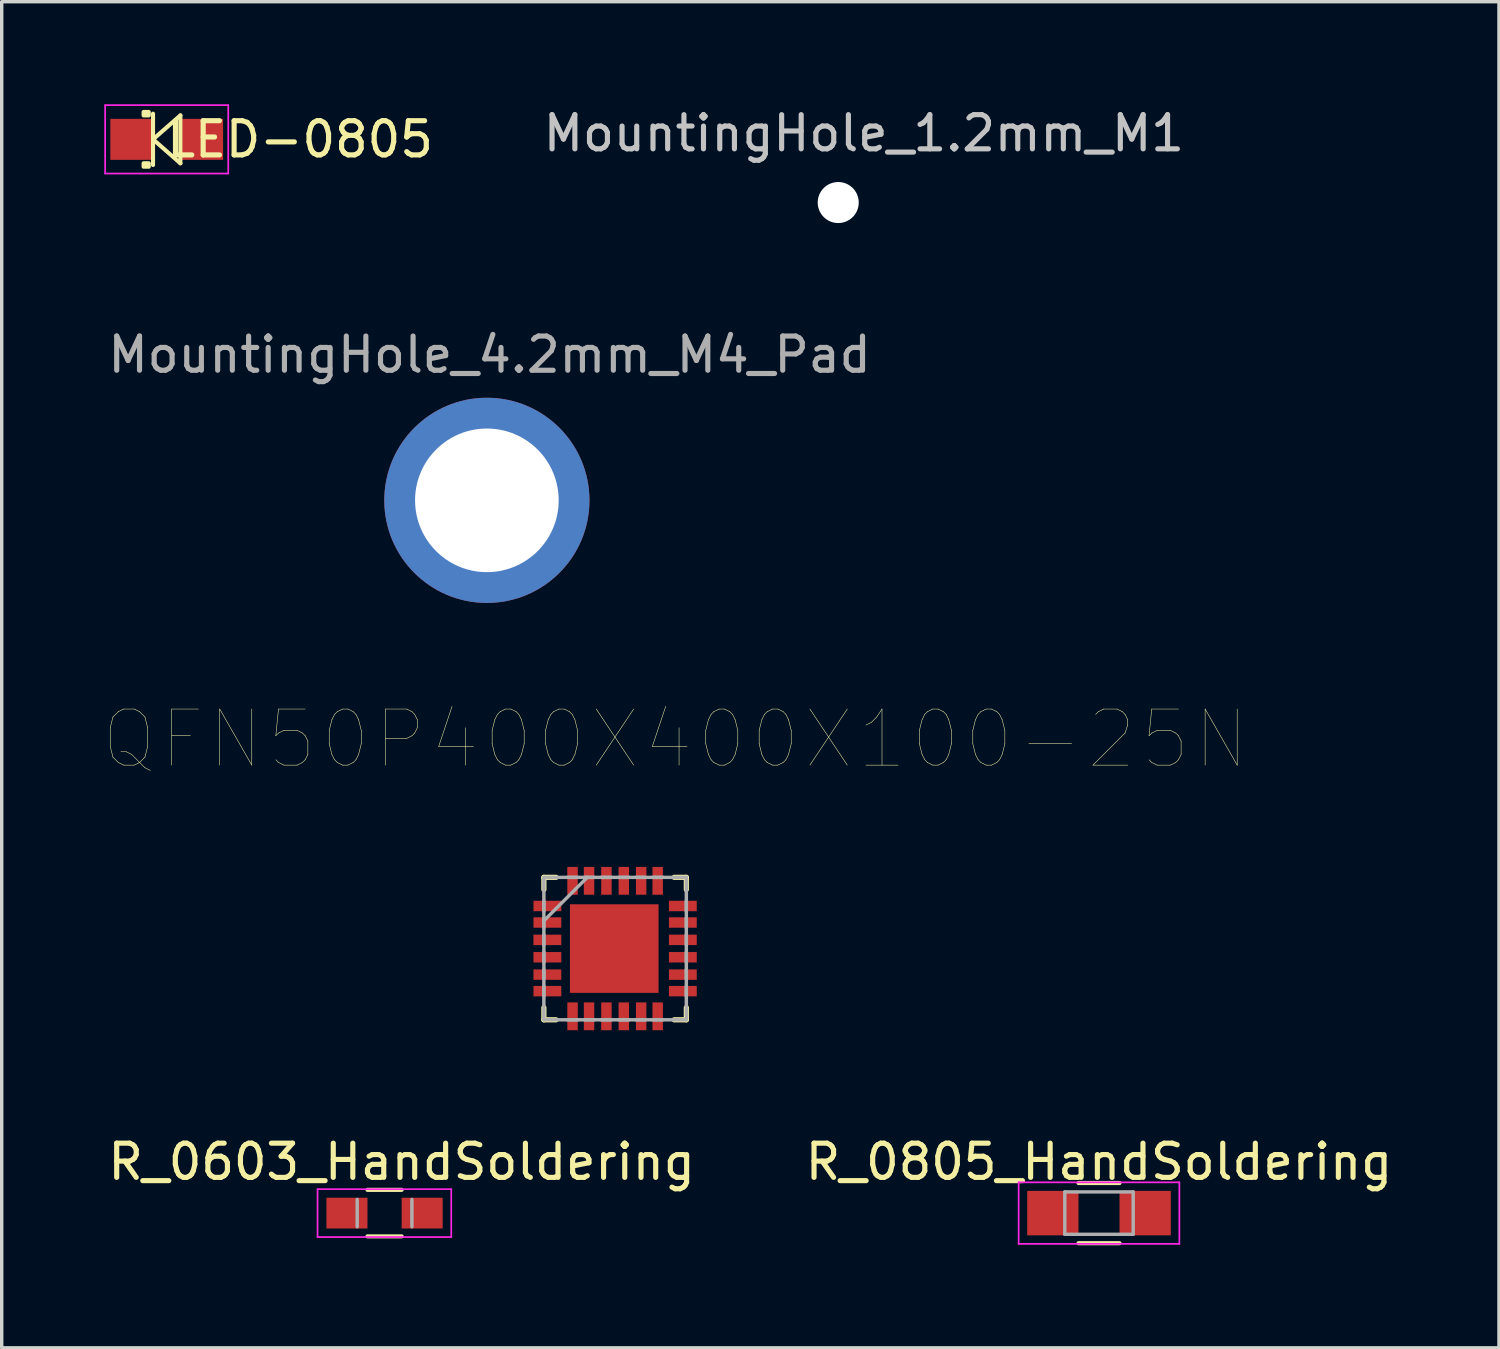
<source format=kicad_pcb>
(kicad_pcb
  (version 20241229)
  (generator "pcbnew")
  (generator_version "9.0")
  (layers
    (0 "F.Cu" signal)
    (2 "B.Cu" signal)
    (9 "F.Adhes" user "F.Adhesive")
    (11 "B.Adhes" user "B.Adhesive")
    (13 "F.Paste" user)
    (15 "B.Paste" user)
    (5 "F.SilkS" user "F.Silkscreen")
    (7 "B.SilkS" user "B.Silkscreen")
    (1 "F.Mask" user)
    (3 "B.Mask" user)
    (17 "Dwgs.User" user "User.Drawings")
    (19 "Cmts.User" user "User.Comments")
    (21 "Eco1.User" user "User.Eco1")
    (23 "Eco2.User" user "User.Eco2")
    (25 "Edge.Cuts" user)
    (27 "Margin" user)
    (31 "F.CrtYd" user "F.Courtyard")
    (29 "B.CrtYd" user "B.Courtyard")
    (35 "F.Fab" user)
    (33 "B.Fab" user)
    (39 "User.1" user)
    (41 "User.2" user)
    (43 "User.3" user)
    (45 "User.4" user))
  (footprint "LED-0805"
    (layer "F.Cu")
    (at 1.825 1.025)
    (property "Reference" "LED-0805" (at 3.9 0 0) (layer "F.SilkS") (effects (font (size 1 1) (thickness 0.15))))
    (attr smd)
    (fp_line (start -0.4 -0.75) (end -0.4 0.75) (stroke (width 0.12) (type solid)) (layer "F.SilkS"))
    (fp_line (start -0.4 0) (end 0.4 -0.7) (stroke (width 0.12) (type solid)) (layer "F.SilkS"))
    (fp_line (start 0.4 -0.7) (end 0.4 0.7) (stroke (width 0.12) (type solid)) (layer "F.SilkS"))
    (fp_line (start 0.4 0.7) (end -0.4 0) (stroke (width 0.12) (type solid)) (layer "F.SilkS"))
    (fp_rect (start -0.525 -0.7) (end -0.675 -0.8) (stroke (width 0.12) (type solid)) (fill no) (layer "F.SilkS"))
    (fp_rect (start -0.525 0.8) (end -0.675 0.7) (stroke (width 0.12) (type solid)) (fill no) (layer "F.SilkS"))
    (fp_line (start -1.8 -1) (end -1.8 1) (stroke (width 0.05) (type solid)) (layer "F.CrtYd"))
    (fp_line (start -1.8 1) (end 1.8 1) (stroke (width 0.05) (type solid)) (layer "F.CrtYd"))
    (fp_line (start 1.8 -1) (end -1.8 -1) (stroke (width 0.05) (type solid)) (layer "F.CrtYd"))
    (fp_line (start 1.8 1) (end 1.8 -1) (stroke (width 0.05) (type solid)) (layer "F.CrtYd"))
    (pad "1" smd rect (at -1.049 0) (size 1.199 1.199) (layers "F.Cu" "F.Mask" "F.Paste"))
    (pad "2" smd rect (at 1.049 0) (size 1.199 1.199) (layers "F.Cu" "F.Mask" "F.Paste")))
  (footprint "R_0805_HandSoldering"
    (layer "F.Cu")
    (at 29.089 32.426)
    (property "Reference" "R_0805_HandSoldering" (at 0 -1.5 0) (layer "F.SilkS") (effects (font (size 1 1) (thickness 0.15))))
    (attr smd)
    (fp_line (start -0.6 -0.88) (end 0.6 -0.88) (stroke (width 0.12) (type solid)) (layer "F.SilkS"))
    (fp_line (start 0.6 0.88) (end -0.6 0.88) (stroke (width 0.12) (type solid)) (layer "F.SilkS"))
    (fp_line (start -2.35 -0.9) (end -2.35 0.9) (stroke (width 0.05) (type solid)) (layer "F.CrtYd"))
    (fp_line (start -2.35 -0.9) (end 2.35 -0.9) (stroke (width 0.05) (type solid)) (layer "F.CrtYd"))
    (fp_line (start 2.35 0.9) (end -2.35 0.9) (stroke (width 0.05) (type solid)) (layer "F.CrtYd"))
    (fp_line (start 2.35 0.9) (end 2.35 -0.9) (stroke (width 0.05) (type solid)) (layer "F.CrtYd"))
    (fp_line (start -1 -0.62) (end 1 -0.62) (stroke (width 0.1) (type solid)) (layer "F.Fab"))
    (fp_line (start -1 0.62) (end -1 -0.62) (stroke (width 0.1) (type solid)) (layer "F.Fab"))
    (fp_line (start 1 -0.62) (end 1 0.62) (stroke (width 0.1) (type solid)) (layer "F.Fab"))
    (fp_line (start 1 0.62) (end -1 0.62) (stroke (width 0.1) (type solid)) (layer "F.Fab"))
    (pad "1" smd rect (at -1.35 0) (size 1.5 1.3) (layers "F.Cu" "F.Mask" "F.Paste"))
    (pad "2" smd rect (at 1.35 0) (size 1.5 1.3) (layers "F.Cu" "F.Mask" "F.Paste")))
  (footprint "R_0603_HandSoldering"
    (layer "F.Cu")
    (at 8.196 32.426)
    (property "Reference" "R_0603_HandSoldering" (at 0.5 -1.5 0) (layer "F.SilkS") (effects (font (size 1 1) (thickness 0.15))))
    (attr smd)
    (fp_line (start -0.5 -0.68) (end 0.5 -0.68) (stroke (width 0.12) (type solid)) (layer "F.SilkS"))
    (fp_line (start 0.5 0.68) (end -0.5 0.68) (stroke (width 0.12) (type solid)) (layer "F.SilkS"))
    (fp_line (start -1.96 -0.7) (end -1.96 0.7) (stroke (width 0.05) (type solid)) (layer "F.CrtYd"))
    (fp_line (start -1.96 -0.7) (end 1.95 -0.7) (stroke (width 0.05) (type solid)) (layer "F.CrtYd"))
    (fp_line (start 1.95 0.7) (end -1.96 0.7) (stroke (width 0.05) (type solid)) (layer "F.CrtYd"))
    (fp_line (start 1.95 0.7) (end 1.95 -0.7) (stroke (width 0.05) (type solid)) (layer "F.CrtYd"))
    (fp_line (start -0.8 0.4) (end -0.8 -0.4) (stroke (width 0.1) (type solid)) (layer "F.Fab"))
    (fp_line (start 0.8 -0.4) (end 0.8 0.4) (stroke (width 0.1) (type solid)) (layer "F.Fab"))
    (pad "1" smd rect (at -1.1 0) (size 1.2 0.9) (layers "F.Cu" "F.Mask" "F.Paste"))
    (pad "2" smd rect (at 1.1 0) (size 1.2 0.9) (layers "F.Cu" "F.Mask" "F.Paste")))
  (footprint "MountingHole_1.2mm_M1"
    (layer "F.Cu")
    (at 21.463 2.873)
    (property "Reference" "MountingHole_1.2mm_M1" (at 0.75 -2.025 0) (layer "Dwgs.User") (effects (font (size 1 1) (thickness 0.15))))
    (attr through_hole)
    (pad "" np_thru_hole circle (at 0 0) (size 1.2 1.2) (drill 1.2) (layers "*.Cu" "*.Mask")))
  (footprint "MountingHole_4.2mm_M4_Pad"
    (layer "F.Cu")
    (at 11.208 11.552)
    (property "Reference" "MountingHole_4.2mm_M4_Pad" (at 0.06 -4.23 0) (layer "F.Fab") (effects (font (size 1 1) (thickness 0.15))))
    (attr through_hole)
    (pad "1" thru_hole circle (at -0.02 0.03) (size 6 6) (drill 4.2) (layers "*.Cu" "*.Mask")))
  (footprint "QFN50P400X400X100-25N"
    (layer "F.Cu")
    (at 14.938 24.69)
    (property "Reference" "QFN50P400X400X100-25N" (at 1.753 -6.123 0) (layer "F.SilkS") (effects (font (size 1.64 1.64) (thickness 0.015))))
    (attr through_hole)
    (fp_line (start -2.083 -2.083) (end -2.083 -1.727) (stroke (width 0.152) (type solid)) (layer "F.SilkS"))
    (fp_line (start -2.083 1.727) (end -2.083 2.083) (stroke (width 0.152) (type solid)) (layer "F.SilkS"))
    (fp_line (start -2.083 2.083) (end -1.727 2.083) (stroke (width 0.152) (type solid)) (layer "F.SilkS"))
    (fp_line (start -1.727 -2.083) (end -2.083 -2.083) (stroke (width 0.152) (type solid)) (layer "F.SilkS"))
    (fp_line (start 1.727 2.083) (end 2.083 2.083) (stroke (width 0.152) (type solid)) (layer "F.SilkS"))
    (fp_line (start 2.083 -2.083) (end 1.727 -2.083) (stroke (width 0.152) (type solid)) (layer "F.SilkS"))
    (fp_line (start 2.083 -1.727) (end 2.083 -2.083) (stroke (width 0.152) (type solid)) (layer "F.SilkS"))
    (fp_line (start 2.083 2.083) (end 2.083 1.727) (stroke (width 0.152) (type solid)) (layer "F.SilkS"))
    (fp_line (start -2.083 -2.083) (end -2.083 2.083) (stroke (width 0.1) (type solid)) (layer "F.Fab"))
    (fp_line (start -2.083 -1.397) (end -2.083 -1.092) (stroke (width 0.1) (type solid)) (layer "F.Fab"))
    (fp_line (start -2.083 -0.889) (end -2.083 -0.61) (stroke (width 0.1) (type solid)) (layer "F.Fab"))
    (fp_line (start -2.083 -0.813) (end -0.813 -2.083) (stroke (width 0.1) (type solid)) (layer "F.Fab"))
    (fp_line (start -2.083 -0.406) (end -2.083 -0.102) (stroke (width 0.1) (type solid)) (layer "F.Fab"))
    (fp_line (start -2.083 0.102) (end -2.083 0.406) (stroke (width 0.1) (type solid)) (layer "F.Fab"))
    (fp_line (start -2.083 0.61) (end -2.083 0.889) (stroke (width 0.1) (type solid)) (layer "F.Fab"))
    (fp_line (start -2.083 1.092) (end -2.083 1.397) (stroke (width 0.1) (type solid)) (layer "F.Fab"))
    (fp_line (start -2.083 2.083) (end 2.083 2.083) (stroke (width 0.1) (type solid)) (layer "F.Fab"))
    (fp_line (start -1.397 2.083) (end -1.092 2.083) (stroke (width 0.1) (type solid)) (layer "F.Fab"))
    (fp_line (start -1.092 -2.083) (end -1.397 -2.083) (stroke (width 0.1) (type solid)) (layer "F.Fab"))
    (fp_line (start -0.889 2.083) (end -0.61 2.083) (stroke (width 0.1) (type solid)) (layer "F.Fab"))
    (fp_line (start -0.61 -2.083) (end -0.889 -2.083) (stroke (width 0.1) (type solid)) (layer "F.Fab"))
    (fp_line (start -0.406 2.083) (end -0.102 2.083) (stroke (width 0.1) (type solid)) (layer "F.Fab"))
    (fp_line (start -0.102 -2.083) (end -0.406 -2.083) (stroke (width 0.1) (type solid)) (layer "F.Fab"))
    (fp_line (start 0.102 2.083) (end 0.406 2.083) (stroke (width 0.1) (type solid)) (layer "F.Fab"))
    (fp_line (start 0.406 -2.083) (end 0.102 -2.083) (stroke (width 0.1) (type solid)) (layer "F.Fab"))
    (fp_line (start 0.61 2.083) (end 0.889 2.083) (stroke (width 0.1) (type solid)) (layer "F.Fab"))
    (fp_line (start 0.889 -2.083) (end 0.61 -2.083) (stroke (width 0.1) (type solid)) (layer "F.Fab"))
    (fp_line (start 1.092 2.083) (end 1.397 2.083) (stroke (width 0.1) (type solid)) (layer "F.Fab"))
    (fp_line (start 1.397 -2.083) (end 1.092 -2.083) (stroke (width 0.1) (type solid)) (layer "F.Fab"))
    (fp_line (start 2.083 -2.083) (end -2.083 -2.083) (stroke (width 0.1) (type solid)) (layer "F.Fab"))
    (fp_line (start 2.083 -1.092) (end 2.083 -1.397) (stroke (width 0.1) (type solid)) (layer "F.Fab"))
    (fp_line (start 2.083 -0.61) (end 2.083 -0.889) (stroke (width 0.1) (type solid)) (layer "F.Fab"))
    (fp_line (start 2.083 -0.102) (end 2.083 -0.406) (stroke (width 0.1) (type solid)) (layer "F.Fab"))
    (fp_line (start 2.083 0.406) (end 2.083 0.102) (stroke (width 0.1) (type solid)) (layer "F.Fab"))
    (fp_line (start 2.083 0.889) (end 2.083 0.61) (stroke (width 0.1) (type solid)) (layer "F.Fab"))
    (fp_line (start 2.083 1.397) (end 2.083 1.092) (stroke (width 0.1) (type solid)) (layer "F.Fab"))
    (fp_line (start 2.083 2.083) (end 2.083 -2.083) (stroke (width 0.1) (type solid)) (layer "F.Fab"))
    (pad "1" smd rect (at -1.981 -1.245) (size 0.813 0.305) (layers "F.Cu" "F.Mask" "F.Paste"))
    (pad "2" smd rect (at -1.981 -0.762) (size 0.813 0.305) (layers "F.Cu" "F.Mask" "F.Paste"))
    (pad "3" smd rect (at -1.981 -0.254) (size 0.813 0.305) (layers "F.Cu" "F.Mask" "F.Paste"))
    (pad "4" smd rect (at -1.981 0.254) (size 0.813 0.305) (layers "F.Cu" "F.Mask" "F.Paste"))
    (pad "5" smd rect (at -1.981 0.762) (size 0.813 0.305) (layers "F.Cu" "F.Mask" "F.Paste"))
    (pad "6" smd rect (at -1.981 1.245) (size 0.813 0.305) (layers "F.Cu" "F.Mask" "F.Paste"))
    (pad "7" smd rect (at -1.245 1.981) (size 0.305 0.813) (layers "F.Cu" "F.Mask" "F.Paste"))
    (pad "8" smd rect (at -0.762 1.981) (size 0.305 0.813) (layers "F.Cu" "F.Mask" "F.Paste"))
    (pad "9" smd rect (at -0.254 1.981) (size 0.305 0.813) (layers "F.Cu" "F.Mask" "F.Paste"))
    (pad "10" smd rect (at 0.254 1.981) (size 0.305 0.813) (layers "F.Cu" "F.Mask" "F.Paste"))
    (pad "11" smd rect (at 0.762 1.981) (size 0.305 0.813) (layers "F.Cu" "F.Mask" "F.Paste"))
    (pad "12" smd rect (at 1.245 1.981) (size 0.305 0.813) (layers "F.Cu" "F.Mask" "F.Paste"))
    (pad "13" smd rect (at 1.981 1.245) (size 0.813 0.305) (layers "F.Cu" "F.Mask" "F.Paste"))
    (pad "14" smd rect (at 1.981 0.762) (size 0.813 0.305) (layers "F.Cu" "F.Mask" "F.Paste"))
    (pad "15" smd rect (at 1.981 0.254) (size 0.813 0.305) (layers "F.Cu" "F.Mask" "F.Paste"))
    (pad "16" smd rect (at 1.981 -0.254) (size 0.813 0.305) (layers "F.Cu" "F.Mask" "F.Paste"))
    (pad "17" smd rect (at 1.981 -0.762) (size 0.813 0.305) (layers "F.Cu" "F.Mask" "F.Paste"))
    (pad "18" smd rect (at 1.981 -1.245) (size 0.813 0.305) (layers "F.Cu" "F.Mask" "F.Paste"))
    (pad "19" smd rect (at 1.245 -1.981) (size 0.305 0.813) (layers "F.Cu" "F.Mask" "F.Paste"))
    (pad "20" smd rect (at 0.762 -1.981) (size 0.305 0.813) (layers "F.Cu" "F.Mask" "F.Paste"))
    (pad "21" smd rect (at 0.254 -1.981) (size 0.305 0.813) (layers "F.Cu" "F.Mask" "F.Paste"))
    (pad "22" smd rect (at -0.254 -1.981) (size 0.305 0.813) (layers "F.Cu" "F.Mask" "F.Paste"))
    (pad "23" smd rect (at -0.762 -1.981) (size 0.305 0.813) (layers "F.Cu" "F.Mask" "F.Paste"))
    (pad "24" smd rect (at -1.245 -1.981) (size 0.305 0.813) (layers "F.Cu" "F.Mask" "F.Paste"))
    (pad "25" smd rect (at -0.025 0) (size 2.591 2.591) (layers "F.Cu" "F.Mask" "F.Paste")))
  (gr_rect
    (start -3 -3)
    (end 40.786 36.366)
    (stroke (width 0.1) (type default))
    (fill no)
    (layer "Edge.Cuts")))
</source>
